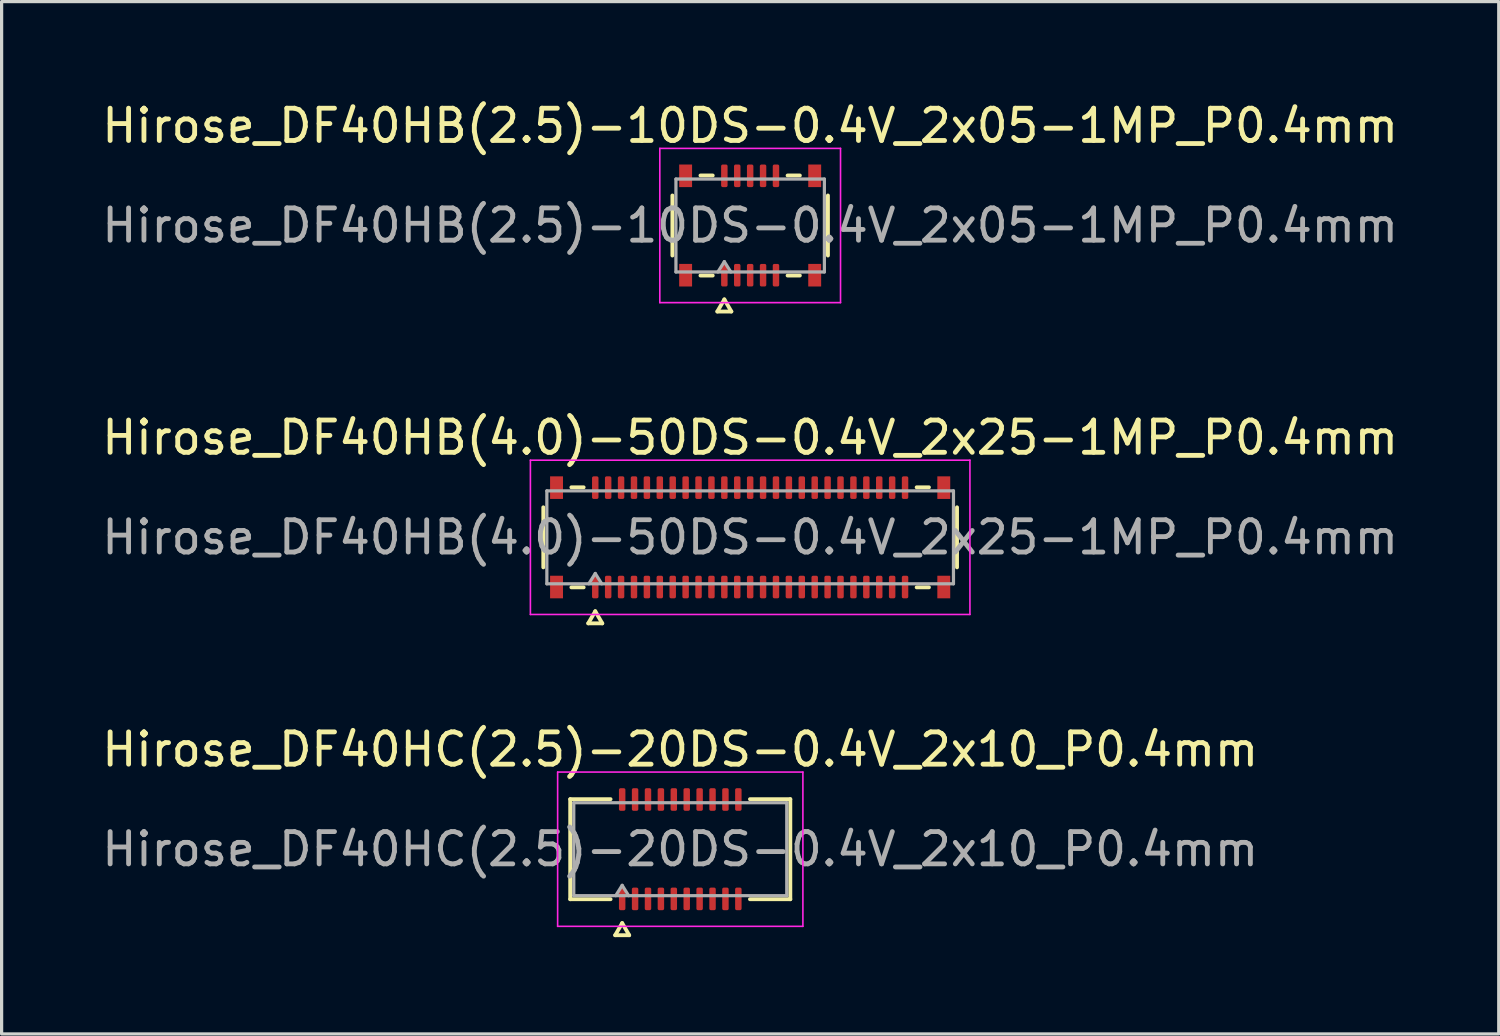
<source format=kicad_pcb>
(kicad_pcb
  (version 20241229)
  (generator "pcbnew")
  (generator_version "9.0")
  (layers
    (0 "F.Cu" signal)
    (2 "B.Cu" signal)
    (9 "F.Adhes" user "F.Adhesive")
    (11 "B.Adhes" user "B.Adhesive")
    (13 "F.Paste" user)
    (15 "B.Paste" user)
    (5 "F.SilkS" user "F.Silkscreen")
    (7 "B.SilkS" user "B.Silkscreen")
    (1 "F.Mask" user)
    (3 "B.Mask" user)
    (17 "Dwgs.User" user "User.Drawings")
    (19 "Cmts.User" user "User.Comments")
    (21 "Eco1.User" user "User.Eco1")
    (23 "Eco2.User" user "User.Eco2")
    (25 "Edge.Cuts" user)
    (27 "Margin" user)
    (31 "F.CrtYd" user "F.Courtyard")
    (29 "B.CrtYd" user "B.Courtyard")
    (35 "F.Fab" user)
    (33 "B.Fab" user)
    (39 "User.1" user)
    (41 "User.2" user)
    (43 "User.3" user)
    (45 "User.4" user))
  (footprint "Hirose_DF40HB(4.0)-50DS-0.4V_2x25-1MP_P0.4mm"
    (layer "F.Cu")
    (at 20.196 13.601)
    (property "Reference" "Hirose_DF40HB(4.0)-50DS-0.4V_2x25-1MP_P0.4mm" (at 0 -3.09 0) (layer "F.SilkS") (effects (font (size 1 1) (thickness 0.15))))
    (attr smd)
    (fp_line (start -6.41 0.93) (end -6.41 -0.93) (stroke (width 0.12) (type solid)) (layer "F.SilkS"))
    (fp_line (start -5.54 -1.55) (end -5.16 -1.55) (stroke (width 0.12) (type solid)) (layer "F.SilkS"))
    (fp_line (start -5.16 1.55) (end -5.54 1.55) (stroke (width 0.12) (type solid)) (layer "F.SilkS"))
    (fp_line (start -5.017 2.665) (end -4.8 2.29) (stroke (width 0.12) (type solid)) (layer "F.SilkS"))
    (fp_line (start -4.8 2.29) (end -4.583 2.665) (stroke (width 0.12) (type solid)) (layer "F.SilkS"))
    (fp_line (start -4.583 2.665) (end -5.017 2.665) (stroke (width 0.12) (type solid)) (layer "F.SilkS"))
    (fp_line (start 5.16 -1.55) (end 5.54 -1.55) (stroke (width 0.12) (type solid)) (layer "F.SilkS"))
    (fp_line (start 5.54 1.55) (end 5.16 1.55) (stroke (width 0.12) (type solid)) (layer "F.SilkS"))
    (fp_line (start 6.41 -0.93) (end 6.41 0.93) (stroke (width 0.12) (type solid)) (layer "F.SilkS"))
    (fp_line (start -6.81 -2.39) (end -6.81 2.39) (stroke (width 0.05) (type solid)) (layer "F.CrtYd"))
    (fp_line (start -6.81 2.39) (end 6.81 2.39) (stroke (width 0.05) (type solid)) (layer "F.CrtYd"))
    (fp_line (start 6.81 -2.39) (end -6.81 -2.39) (stroke (width 0.05) (type solid)) (layer "F.CrtYd"))
    (fp_line (start 6.81 2.39) (end 6.81 -2.39) (stroke (width 0.05) (type solid)) (layer "F.CrtYd"))
    (fp_line (start -6.3 -1.44) (end 6.3 -1.44) (stroke (width 0.1) (type solid)) (layer "F.Fab"))
    (fp_line (start -6.3 1.44) (end -6.3 -1.44) (stroke (width 0.1) (type solid)) (layer "F.Fab"))
    (fp_line (start -5 1.44) (end -4.8 1.12) (stroke (width 0.1) (type solid)) (layer "F.Fab"))
    (fp_line (start -4.8 1.12) (end -4.6 1.44) (stroke (width 0.1) (type solid)) (layer "F.Fab"))
    (fp_line (start 6.3 -1.44) (end 6.3 1.44) (stroke (width 0.1) (type solid)) (layer "F.Fab"))
    (fp_line (start 6.3 1.44) (end -6.3 1.44) (stroke (width 0.1) (type solid)) (layer "F.Fab"))
    (fp_text user "${REFERENCE}" (at 0 0 0) (layer "F.Fab") (effects (font (size 1 1) (thickness 0.15))))
    (pad "1" smd roundrect (at -4.8 1.54) (size 0.2 0.7) (layers "F.Cu" "F.Mask" "F.Paste") (roundrect_rratio 0.25))
    (pad "2" smd roundrect (at -4.8 -1.54) (size 0.2 0.7) (layers "F.Cu" "F.Mask" "F.Paste") (roundrect_rratio 0.25))
    (pad "3" smd roundrect (at -4.4 1.54) (size 0.2 0.7) (layers "F.Cu" "F.Mask" "F.Paste") (roundrect_rratio 0.25))
    (pad "4" smd roundrect (at -4.4 -1.54) (size 0.2 0.7) (layers "F.Cu" "F.Mask" "F.Paste") (roundrect_rratio 0.25))
    (pad "5" smd roundrect (at -4 1.54) (size 0.2 0.7) (layers "F.Cu" "F.Mask" "F.Paste") (roundrect_rratio 0.25))
    (pad "6" smd roundrect (at -4 -1.54) (size 0.2 0.7) (layers "F.Cu" "F.Mask" "F.Paste") (roundrect_rratio 0.25))
    (pad "7" smd roundrect (at -3.6 1.54) (size 0.2 0.7) (layers "F.Cu" "F.Mask" "F.Paste") (roundrect_rratio 0.25))
    (pad "8" smd roundrect (at -3.6 -1.54) (size 0.2 0.7) (layers "F.Cu" "F.Mask" "F.Paste") (roundrect_rratio 0.25))
    (pad "9" smd roundrect (at -3.2 1.54) (size 0.2 0.7) (layers "F.Cu" "F.Mask" "F.Paste") (roundrect_rratio 0.25))
    (pad "10" smd roundrect (at -3.2 -1.54) (size 0.2 0.7) (layers "F.Cu" "F.Mask" "F.Paste") (roundrect_rratio 0.25))
    (pad "11" smd roundrect (at -2.8 1.54) (size 0.2 0.7) (layers "F.Cu" "F.Mask" "F.Paste") (roundrect_rratio 0.25))
    (pad "12" smd roundrect (at -2.8 -1.54) (size 0.2 0.7) (layers "F.Cu" "F.Mask" "F.Paste") (roundrect_rratio 0.25))
    (pad "13" smd roundrect (at -2.4 1.54) (size 0.2 0.7) (layers "F.Cu" "F.Mask" "F.Paste") (roundrect_rratio 0.25))
    (pad "14" smd roundrect (at -2.4 -1.54) (size 0.2 0.7) (layers "F.Cu" "F.Mask" "F.Paste") (roundrect_rratio 0.25))
    (pad "15" smd roundrect (at -2 1.54) (size 0.2 0.7) (layers "F.Cu" "F.Mask" "F.Paste") (roundrect_rratio 0.25))
    (pad "16" smd roundrect (at -2 -1.54) (size 0.2 0.7) (layers "F.Cu" "F.Mask" "F.Paste") (roundrect_rratio 0.25))
    (pad "17" smd roundrect (at -1.6 1.54) (size 0.2 0.7) (layers "F.Cu" "F.Mask" "F.Paste") (roundrect_rratio 0.25))
    (pad "18" smd roundrect (at -1.6 -1.54) (size 0.2 0.7) (layers "F.Cu" "F.Mask" "F.Paste") (roundrect_rratio 0.25))
    (pad "19" smd roundrect (at -1.2 1.54) (size 0.2 0.7) (layers "F.Cu" "F.Mask" "F.Paste") (roundrect_rratio 0.25))
    (pad "20" smd roundrect (at -1.2 -1.54) (size 0.2 0.7) (layers "F.Cu" "F.Mask" "F.Paste") (roundrect_rratio 0.25))
    (pad "21" smd roundrect (at -0.8 1.54) (size 0.2 0.7) (layers "F.Cu" "F.Mask" "F.Paste") (roundrect_rratio 0.25))
    (pad "22" smd roundrect (at -0.8 -1.54) (size 0.2 0.7) (layers "F.Cu" "F.Mask" "F.Paste") (roundrect_rratio 0.25))
    (pad "23" smd roundrect (at -0.4 1.54) (size 0.2 0.7) (layers "F.Cu" "F.Mask" "F.Paste") (roundrect_rratio 0.25))
    (pad "24" smd roundrect (at -0.4 -1.54) (size 0.2 0.7) (layers "F.Cu" "F.Mask" "F.Paste") (roundrect_rratio 0.25))
    (pad "25" smd roundrect (at 0 1.54) (size 0.2 0.7) (layers "F.Cu" "F.Mask" "F.Paste") (roundrect_rratio 0.25))
    (pad "26" smd roundrect (at 0 -1.54) (size 0.2 0.7) (layers "F.Cu" "F.Mask" "F.Paste") (roundrect_rratio 0.25))
    (pad "27" smd roundrect (at 0.4 1.54) (size 0.2 0.7) (layers "F.Cu" "F.Mask" "F.Paste") (roundrect_rratio 0.25))
    (pad "28" smd roundrect (at 0.4 -1.54) (size 0.2 0.7) (layers "F.Cu" "F.Mask" "F.Paste") (roundrect_rratio 0.25))
    (pad "29" smd roundrect (at 0.8 1.54) (size 0.2 0.7) (layers "F.Cu" "F.Mask" "F.Paste") (roundrect_rratio 0.25))
    (pad "30" smd roundrect (at 0.8 -1.54) (size 0.2 0.7) (layers "F.Cu" "F.Mask" "F.Paste") (roundrect_rratio 0.25))
    (pad "31" smd roundrect (at 1.2 1.54) (size 0.2 0.7) (layers "F.Cu" "F.Mask" "F.Paste") (roundrect_rratio 0.25))
    (pad "32" smd roundrect (at 1.2 -1.54) (size 0.2 0.7) (layers "F.Cu" "F.Mask" "F.Paste") (roundrect_rratio 0.25))
    (pad "33" smd roundrect (at 1.6 1.54) (size 0.2 0.7) (layers "F.Cu" "F.Mask" "F.Paste") (roundrect_rratio 0.25))
    (pad "34" smd roundrect (at 1.6 -1.54) (size 0.2 0.7) (layers "F.Cu" "F.Mask" "F.Paste") (roundrect_rratio 0.25))
    (pad "35" smd roundrect (at 2 1.54) (size 0.2 0.7) (layers "F.Cu" "F.Mask" "F.Paste") (roundrect_rratio 0.25))
    (pad "36" smd roundrect (at 2 -1.54) (size 0.2 0.7) (layers "F.Cu" "F.Mask" "F.Paste") (roundrect_rratio 0.25))
    (pad "37" smd roundrect (at 2.4 1.54) (size 0.2 0.7) (layers "F.Cu" "F.Mask" "F.Paste") (roundrect_rratio 0.25))
    (pad "38" smd roundrect (at 2.4 -1.54) (size 0.2 0.7) (layers "F.Cu" "F.Mask" "F.Paste") (roundrect_rratio 0.25))
    (pad "39" smd roundrect (at 2.8 1.54) (size 0.2 0.7) (layers "F.Cu" "F.Mask" "F.Paste") (roundrect_rratio 0.25))
    (pad "40" smd roundrect (at 2.8 -1.54) (size 0.2 0.7) (layers "F.Cu" "F.Mask" "F.Paste") (roundrect_rratio 0.25))
    (pad "41" smd roundrect (at 3.2 1.54) (size 0.2 0.7) (layers "F.Cu" "F.Mask" "F.Paste") (roundrect_rratio 0.25))
    (pad "42" smd roundrect (at 3.2 -1.54) (size 0.2 0.7) (layers "F.Cu" "F.Mask" "F.Paste") (roundrect_rratio 0.25))
    (pad "43" smd roundrect (at 3.6 1.54) (size 0.2 0.7) (layers "F.Cu" "F.Mask" "F.Paste") (roundrect_rratio 0.25))
    (pad "44" smd roundrect (at 3.6 -1.54) (size 0.2 0.7) (layers "F.Cu" "F.Mask" "F.Paste") (roundrect_rratio 0.25))
    (pad "45" smd roundrect (at 4 1.54) (size 0.2 0.7) (layers "F.Cu" "F.Mask" "F.Paste") (roundrect_rratio 0.25))
    (pad "46" smd roundrect (at 4 -1.54) (size 0.2 0.7) (layers "F.Cu" "F.Mask" "F.Paste") (roundrect_rratio 0.25))
    (pad "47" smd roundrect (at 4.4 1.54) (size 0.2 0.7) (layers "F.Cu" "F.Mask" "F.Paste") (roundrect_rratio 0.25))
    (pad "48" smd roundrect (at 4.4 -1.54) (size 0.2 0.7) (layers "F.Cu" "F.Mask" "F.Paste") (roundrect_rratio 0.25))
    (pad "49" smd roundrect (at 4.8 1.54) (size 0.2 0.7) (layers "F.Cu" "F.Mask" "F.Paste") (roundrect_rratio 0.25))
    (pad "50" smd roundrect (at 4.8 -1.54) (size 0.2 0.7) (layers "F.Cu" "F.Mask" "F.Paste") (roundrect_rratio 0.25))
    (pad "MP" smd rect (at -6 -1.54) (size 0.4 0.7) (layers "F.Cu" "F.Mask" "F.Paste"))
    (pad "MP" smd rect (at -6 1.54) (size 0.4 0.7) (layers "F.Cu" "F.Mask" "F.Paste"))
    (pad "MP" smd rect (at 6 -1.54) (size 0.4 0.7) (layers "F.Cu" "F.Mask" "F.Paste"))
    (pad "MP" smd rect (at 6 1.54) (size 0.4 0.7) (layers "F.Cu" "F.Mask" "F.Paste")))
  (footprint "Hirose_DF40HB(2.5)-10DS-0.4V_2x05-1MP_P0.4mm"
    (layer "F.Cu")
    (at 20.196 3.938)
    (property "Reference" "Hirose_DF40HB(2.5)-10DS-0.4V_2x05-1MP_P0.4mm" (at 0 -3.09 0) (layer "F.SilkS") (effects (font (size 1 1) (thickness 0.15))))
    (attr smd)
    (fp_line (start -2.41 0.93) (end -2.41 -0.93) (stroke (width 0.12) (type solid)) (layer "F.SilkS"))
    (fp_line (start -1.54 -1.55) (end -1.16 -1.55) (stroke (width 0.12) (type solid)) (layer "F.SilkS"))
    (fp_line (start -1.16 1.55) (end -1.54 1.55) (stroke (width 0.12) (type solid)) (layer "F.SilkS"))
    (fp_line (start -1.017 2.665) (end -0.8 2.29) (stroke (width 0.12) (type solid)) (layer "F.SilkS"))
    (fp_line (start -0.8 2.29) (end -0.583 2.665) (stroke (width 0.12) (type solid)) (layer "F.SilkS"))
    (fp_line (start -0.583 2.665) (end -1.017 2.665) (stroke (width 0.12) (type solid)) (layer "F.SilkS"))
    (fp_line (start 1.16 -1.55) (end 1.54 -1.55) (stroke (width 0.12) (type solid)) (layer "F.SilkS"))
    (fp_line (start 1.54 1.55) (end 1.16 1.55) (stroke (width 0.12) (type solid)) (layer "F.SilkS"))
    (fp_line (start 2.41 -0.93) (end 2.41 0.93) (stroke (width 0.12) (type solid)) (layer "F.SilkS"))
    (fp_line (start -2.8 -2.39) (end -2.8 2.39) (stroke (width 0.05) (type solid)) (layer "F.CrtYd"))
    (fp_line (start -2.8 2.39) (end 2.8 2.39) (stroke (width 0.05) (type solid)) (layer "F.CrtYd"))
    (fp_line (start 2.8 -2.39) (end -2.8 -2.39) (stroke (width 0.05) (type solid)) (layer "F.CrtYd"))
    (fp_line (start 2.8 2.39) (end 2.8 -2.39) (stroke (width 0.05) (type solid)) (layer "F.CrtYd"))
    (fp_line (start -2.3 -1.44) (end 2.3 -1.44) (stroke (width 0.1) (type solid)) (layer "F.Fab"))
    (fp_line (start -2.3 1.44) (end -2.3 -1.44) (stroke (width 0.1) (type solid)) (layer "F.Fab"))
    (fp_line (start -1 1.44) (end -0.8 1.12) (stroke (width 0.1) (type solid)) (layer "F.Fab"))
    (fp_line (start -0.8 1.12) (end -0.6 1.44) (stroke (width 0.1) (type solid)) (layer "F.Fab"))
    (fp_line (start 2.3 -1.44) (end 2.3 1.44) (stroke (width 0.1) (type solid)) (layer "F.Fab"))
    (fp_line (start 2.3 1.44) (end -2.3 1.44) (stroke (width 0.1) (type solid)) (layer "F.Fab"))
    (fp_text user "${REFERENCE}" (at 0 0 0) (layer "F.Fab") (effects (font (size 1 1) (thickness 0.15))))
    (pad "1" smd roundrect (at -0.8 1.54) (size 0.2 0.7) (layers "F.Cu" "F.Mask" "F.Paste") (roundrect_rratio 0.25))
    (pad "2" smd roundrect (at -0.8 -1.54) (size 0.2 0.7) (layers "F.Cu" "F.Mask" "F.Paste") (roundrect_rratio 0.25))
    (pad "3" smd roundrect (at -0.4 1.54) (size 0.2 0.7) (layers "F.Cu" "F.Mask" "F.Paste") (roundrect_rratio 0.25))
    (pad "4" smd roundrect (at -0.4 -1.54) (size 0.2 0.7) (layers "F.Cu" "F.Mask" "F.Paste") (roundrect_rratio 0.25))
    (pad "5" smd roundrect (at 0 1.54) (size 0.2 0.7) (layers "F.Cu" "F.Mask" "F.Paste") (roundrect_rratio 0.25))
    (pad "6" smd roundrect (at 0 -1.54) (size 0.2 0.7) (layers "F.Cu" "F.Mask" "F.Paste") (roundrect_rratio 0.25))
    (pad "7" smd roundrect (at 0.4 1.54) (size 0.2 0.7) (layers "F.Cu" "F.Mask" "F.Paste") (roundrect_rratio 0.25))
    (pad "8" smd roundrect (at 0.4 -1.54) (size 0.2 0.7) (layers "F.Cu" "F.Mask" "F.Paste") (roundrect_rratio 0.25))
    (pad "9" smd roundrect (at 0.8 1.54) (size 0.2 0.7) (layers "F.Cu" "F.Mask" "F.Paste") (roundrect_rratio 0.25))
    (pad "10" smd roundrect (at 0.8 -1.54) (size 0.2 0.7) (layers "F.Cu" "F.Mask" "F.Paste") (roundrect_rratio 0.25))
    (pad "MP" smd rect (at -2 -1.54) (size 0.4 0.7) (layers "F.Cu" "F.Mask" "F.Paste"))
    (pad "MP" smd rect (at -2 1.54) (size 0.4 0.7) (layers "F.Cu" "F.Mask" "F.Paste"))
    (pad "MP" smd rect (at 2 -1.54) (size 0.4 0.7) (layers "F.Cu" "F.Mask" "F.Paste"))
    (pad "MP" smd rect (at 2 1.54) (size 0.4 0.7) (layers "F.Cu" "F.Mask" "F.Paste")))
  (footprint "Hirose_DF40HC(2.5)-20DS-0.4V_2x10_P0.4mm"
    (layer "F.Cu")
    (at 18.03 23.265)
    (property "Reference" "Hirose_DF40HC(2.5)-20DS-0.4V_2x10_P0.4mm" (at 0 -3.09 0) (layer "F.SilkS") (effects (font (size 1 1) (thickness 0.15))))
    (attr smd)
    (fp_line (start -3.41 -1.55) (end -2.16 -1.55) (stroke (width 0.12) (type solid)) (layer "F.SilkS"))
    (fp_line (start -3.41 1.55) (end -3.41 -1.55) (stroke (width 0.12) (type solid)) (layer "F.SilkS"))
    (fp_line (start -2.16 1.55) (end -3.41 1.55) (stroke (width 0.12) (type solid)) (layer "F.SilkS"))
    (fp_line (start -2.017 2.665) (end -1.8 2.29) (stroke (width 0.12) (type solid)) (layer "F.SilkS"))
    (fp_line (start -1.8 2.29) (end -1.583 2.665) (stroke (width 0.12) (type solid)) (layer "F.SilkS"))
    (fp_line (start -1.583 2.665) (end -2.017 2.665) (stroke (width 0.12) (type solid)) (layer "F.SilkS"))
    (fp_line (start 2.16 -1.55) (end 3.41 -1.55) (stroke (width 0.12) (type solid)) (layer "F.SilkS"))
    (fp_line (start 3.41 -1.55) (end 3.41 1.55) (stroke (width 0.12) (type solid)) (layer "F.SilkS"))
    (fp_line (start 3.41 1.55) (end 2.16 1.55) (stroke (width 0.12) (type solid)) (layer "F.SilkS"))
    (fp_line (start -3.8 -2.39) (end -3.8 2.39) (stroke (width 0.05) (type solid)) (layer "F.CrtYd"))
    (fp_line (start -3.8 2.39) (end 3.8 2.39) (stroke (width 0.05) (type solid)) (layer "F.CrtYd"))
    (fp_line (start 3.8 -2.39) (end -3.8 -2.39) (stroke (width 0.05) (type solid)) (layer "F.CrtYd"))
    (fp_line (start 3.8 2.39) (end 3.8 -2.39) (stroke (width 0.05) (type solid)) (layer "F.CrtYd"))
    (fp_line (start -3.3 -1.44) (end 3.3 -1.44) (stroke (width 0.1) (type solid)) (layer "F.Fab"))
    (fp_line (start -3.3 1.44) (end -3.3 -1.44) (stroke (width 0.1) (type solid)) (layer "F.Fab"))
    (fp_line (start -2 1.44) (end -1.8 1.12) (stroke (width 0.1) (type solid)) (layer "F.Fab"))
    (fp_line (start -1.8 1.12) (end -1.6 1.44) (stroke (width 0.1) (type solid)) (layer "F.Fab"))
    (fp_line (start 3.3 -1.44) (end 3.3 1.44) (stroke (width 0.1) (type solid)) (layer "F.Fab"))
    (fp_line (start 3.3 1.44) (end -3.3 1.44) (stroke (width 0.1) (type solid)) (layer "F.Fab"))
    (fp_text user "${REFERENCE}" (at 0 0 0) (layer "F.Fab") (effects (font (size 1 1) (thickness 0.15))))
    (pad "1" smd roundrect (at -1.8 1.54) (size 0.2 0.7) (layers "F.Cu" "F.Mask" "F.Paste") (roundrect_rratio 0.25))
    (pad "2" smd roundrect (at -1.8 -1.54) (size 0.2 0.7) (layers "F.Cu" "F.Mask" "F.Paste") (roundrect_rratio 0.25))
    (pad "3" smd roundrect (at -1.4 1.54) (size 0.2 0.7) (layers "F.Cu" "F.Mask" "F.Paste") (roundrect_rratio 0.25))
    (pad "4" smd roundrect (at -1.4 -1.54) (size 0.2 0.7) (layers "F.Cu" "F.Mask" "F.Paste") (roundrect_rratio 0.25))
    (pad "5" smd roundrect (at -1 1.54) (size 0.2 0.7) (layers "F.Cu" "F.Mask" "F.Paste") (roundrect_rratio 0.25))
    (pad "6" smd roundrect (at -1 -1.54) (size 0.2 0.7) (layers "F.Cu" "F.Mask" "F.Paste") (roundrect_rratio 0.25))
    (pad "7" smd roundrect (at -0.6 1.54) (size 0.2 0.7) (layers "F.Cu" "F.Mask" "F.Paste") (roundrect_rratio 0.25))
    (pad "8" smd roundrect (at -0.6 -1.54) (size 0.2 0.7) (layers "F.Cu" "F.Mask" "F.Paste") (roundrect_rratio 0.25))
    (pad "9" smd roundrect (at -0.2 1.54) (size 0.2 0.7) (layers "F.Cu" "F.Mask" "F.Paste") (roundrect_rratio 0.25))
    (pad "10" smd roundrect (at -0.2 -1.54) (size 0.2 0.7) (layers "F.Cu" "F.Mask" "F.Paste") (roundrect_rratio 0.25))
    (pad "11" smd roundrect (at 0.2 1.54) (size 0.2 0.7) (layers "F.Cu" "F.Mask" "F.Paste") (roundrect_rratio 0.25))
    (pad "12" smd roundrect (at 0.2 -1.54) (size 0.2 0.7) (layers "F.Cu" "F.Mask" "F.Paste") (roundrect_rratio 0.25))
    (pad "13" smd roundrect (at 0.6 1.54) (size 0.2 0.7) (layers "F.Cu" "F.Mask" "F.Paste") (roundrect_rratio 0.25))
    (pad "14" smd roundrect (at 0.6 -1.54) (size 0.2 0.7) (layers "F.Cu" "F.Mask" "F.Paste") (roundrect_rratio 0.25))
    (pad "15" smd roundrect (at 1 1.54) (size 0.2 0.7) (layers "F.Cu" "F.Mask" "F.Paste") (roundrect_rratio 0.25))
    (pad "16" smd roundrect (at 1 -1.54) (size 0.2 0.7) (layers "F.Cu" "F.Mask" "F.Paste") (roundrect_rratio 0.25))
    (pad "17" smd roundrect (at 1.4 1.54) (size 0.2 0.7) (layers "F.Cu" "F.Mask" "F.Paste") (roundrect_rratio 0.25))
    (pad "18" smd roundrect (at 1.4 -1.54) (size 0.2 0.7) (layers "F.Cu" "F.Mask" "F.Paste") (roundrect_rratio 0.25))
    (pad "19" smd roundrect (at 1.8 1.54) (size 0.2 0.7) (layers "F.Cu" "F.Mask" "F.Paste") (roundrect_rratio 0.25))
    (pad "20" smd roundrect (at 1.8 -1.54) (size 0.2 0.7) (layers "F.Cu" "F.Mask" "F.Paste") (roundrect_rratio 0.25)))
  (gr_rect
    (start -3 -3)
    (end 43.393 28.99)
    (stroke (width 0.1) (type default))
    (fill no)
    (layer "Edge.Cuts")))
</source>
